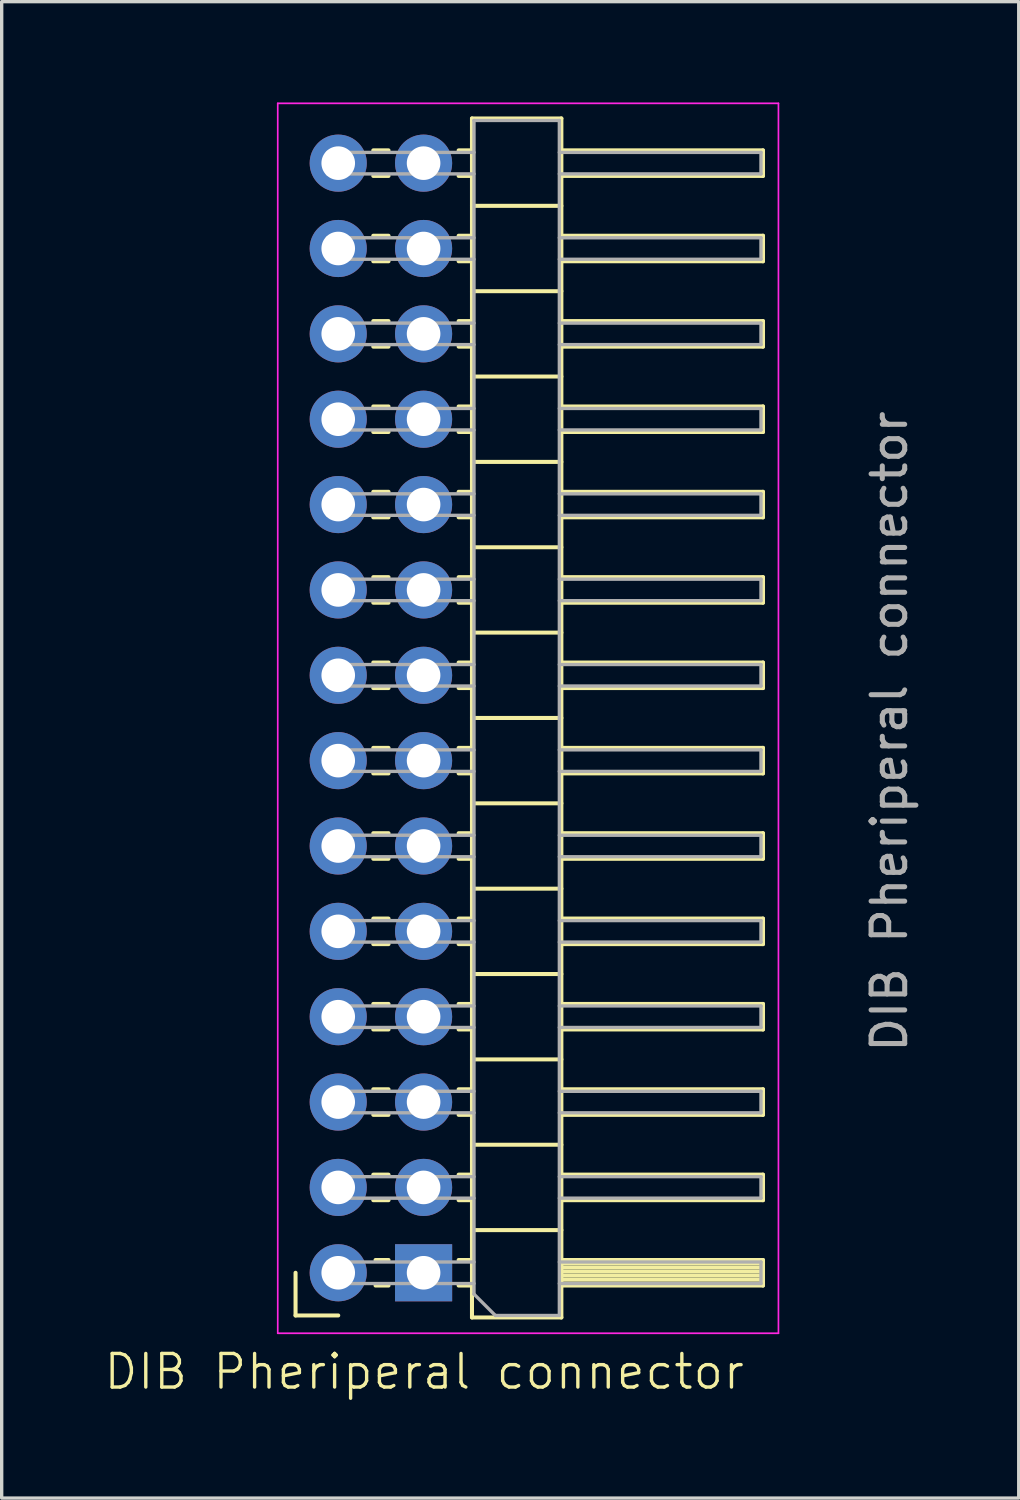
<source format=kicad_pcb>
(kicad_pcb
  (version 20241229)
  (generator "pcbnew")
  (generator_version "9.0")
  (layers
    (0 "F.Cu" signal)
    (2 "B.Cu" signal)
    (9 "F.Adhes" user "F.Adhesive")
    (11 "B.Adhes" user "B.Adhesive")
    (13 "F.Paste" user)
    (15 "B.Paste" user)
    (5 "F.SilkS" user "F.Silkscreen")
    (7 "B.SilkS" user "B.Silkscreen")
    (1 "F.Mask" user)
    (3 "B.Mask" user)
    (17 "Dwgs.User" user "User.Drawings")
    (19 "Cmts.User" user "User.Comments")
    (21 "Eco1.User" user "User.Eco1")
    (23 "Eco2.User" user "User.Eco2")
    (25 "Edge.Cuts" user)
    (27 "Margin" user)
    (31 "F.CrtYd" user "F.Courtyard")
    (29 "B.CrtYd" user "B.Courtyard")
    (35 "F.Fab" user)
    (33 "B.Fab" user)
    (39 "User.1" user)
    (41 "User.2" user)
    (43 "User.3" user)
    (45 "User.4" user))
  (footprint "DIB Pheriperal connector"
    (layer "F.Cu")
    (at 9.574 34.847)
    (property "Reference" "DIB Pheriperal connector" (at 0 2.921 0) (unlocked yes) (layer "F.SilkS") (effects (font (size 1 1) (thickness 0.1))))
    (attr through_hole)
    (fp_line (start -3.829 -0.022) (end -3.829 1.248) (stroke (width 0.12) (type solid)) (layer "F.SilkS"))
    (fp_line (start -3.829 1.248) (end -2.559 1.248) (stroke (width 0.12) (type solid)) (layer "F.SilkS"))
    (fp_line (start -1.516 -33.422) (end -1.062 -33.422) (stroke (width 0.12) (type solid)) (layer "F.SilkS"))
    (fp_line (start -1.516 -32.662) (end -1.062 -32.662) (stroke (width 0.12) (type solid)) (layer "F.SilkS"))
    (fp_line (start -1.516 -30.882) (end -1.062 -30.882) (stroke (width 0.12) (type solid)) (layer "F.SilkS"))
    (fp_line (start -1.516 -30.122) (end -1.062 -30.122) (stroke (width 0.12) (type solid)) (layer "F.SilkS"))
    (fp_line (start -1.516 -28.342) (end -1.062 -28.342) (stroke (width 0.12) (type solid)) (layer "F.SilkS"))
    (fp_line (start -1.516 -27.582) (end -1.062 -27.582) (stroke (width 0.12) (type solid)) (layer "F.SilkS"))
    (fp_line (start -1.516 -25.802) (end -1.062 -25.802) (stroke (width 0.12) (type solid)) (layer "F.SilkS"))
    (fp_line (start -1.516 -25.042) (end -1.062 -25.042) (stroke (width 0.12) (type solid)) (layer "F.SilkS"))
    (fp_line (start -1.516 -23.262) (end -1.062 -23.262) (stroke (width 0.12) (type solid)) (layer "F.SilkS"))
    (fp_line (start -1.516 -22.502) (end -1.062 -22.502) (stroke (width 0.12) (type solid)) (layer "F.SilkS"))
    (fp_line (start -1.516 -20.722) (end -1.062 -20.722) (stroke (width 0.12) (type solid)) (layer "F.SilkS"))
    (fp_line (start -1.516 -19.962) (end -1.062 -19.962) (stroke (width 0.12) (type solid)) (layer "F.SilkS"))
    (fp_line (start -1.516 -18.182) (end -1.062 -18.182) (stroke (width 0.12) (type solid)) (layer "F.SilkS"))
    (fp_line (start -1.516 -17.422) (end -1.062 -17.422) (stroke (width 0.12) (type solid)) (layer "F.SilkS"))
    (fp_line (start -1.516 -15.642) (end -1.062 -15.642) (stroke (width 0.12) (type solid)) (layer "F.SilkS"))
    (fp_line (start -1.516 -14.882) (end -1.062 -14.882) (stroke (width 0.12) (type solid)) (layer "F.SilkS"))
    (fp_line (start -1.516 -13.102) (end -1.062 -13.102) (stroke (width 0.12) (type solid)) (layer "F.SilkS"))
    (fp_line (start -1.516 -12.342) (end -1.062 -12.342) (stroke (width 0.12) (type solid)) (layer "F.SilkS"))
    (fp_line (start -1.516 -10.562) (end -1.062 -10.562) (stroke (width 0.12) (type solid)) (layer "F.SilkS"))
    (fp_line (start -1.516 -9.802) (end -1.062 -9.802) (stroke (width 0.12) (type solid)) (layer "F.SilkS"))
    (fp_line (start -1.516 -8.022) (end -1.062 -8.022) (stroke (width 0.12) (type solid)) (layer "F.SilkS"))
    (fp_line (start -1.516 -7.262) (end -1.062 -7.262) (stroke (width 0.12) (type solid)) (layer "F.SilkS"))
    (fp_line (start -1.516 -5.482) (end -1.062 -5.482) (stroke (width 0.12) (type solid)) (layer "F.SilkS"))
    (fp_line (start -1.516 -4.722) (end -1.062 -4.722) (stroke (width 0.12) (type solid)) (layer "F.SilkS"))
    (fp_line (start -1.516 -2.942) (end -1.062 -2.942) (stroke (width 0.12) (type solid)) (layer "F.SilkS"))
    (fp_line (start -1.516 -2.182) (end -1.062 -2.182) (stroke (width 0.12) (type solid)) (layer "F.SilkS"))
    (fp_line (start -1.449 -0.402) (end -1.062 -0.402) (stroke (width 0.12) (type solid)) (layer "F.SilkS"))
    (fp_line (start -1.449 0.358) (end -1.062 0.358) (stroke (width 0.12) (type solid)) (layer "F.SilkS"))
    (fp_line (start 1.024 -33.422) (end 1.421 -33.422) (stroke (width 0.12) (type solid)) (layer "F.SilkS"))
    (fp_line (start 1.024 -32.662) (end 1.421 -32.662) (stroke (width 0.12) (type solid)) (layer "F.SilkS"))
    (fp_line (start 1.024 -30.882) (end 1.421 -30.882) (stroke (width 0.12) (type solid)) (layer "F.SilkS"))
    (fp_line (start 1.024 -30.122) (end 1.421 -30.122) (stroke (width 0.12) (type solid)) (layer "F.SilkS"))
    (fp_line (start 1.024 -28.342) (end 1.421 -28.342) (stroke (width 0.12) (type solid)) (layer "F.SilkS"))
    (fp_line (start 1.024 -27.582) (end 1.421 -27.582) (stroke (width 0.12) (type solid)) (layer "F.SilkS"))
    (fp_line (start 1.024 -25.802) (end 1.421 -25.802) (stroke (width 0.12) (type solid)) (layer "F.SilkS"))
    (fp_line (start 1.024 -25.042) (end 1.421 -25.042) (stroke (width 0.12) (type solid)) (layer "F.SilkS"))
    (fp_line (start 1.024 -23.262) (end 1.421 -23.262) (stroke (width 0.12) (type solid)) (layer "F.SilkS"))
    (fp_line (start 1.024 -22.502) (end 1.421 -22.502) (stroke (width 0.12) (type solid)) (layer "F.SilkS"))
    (fp_line (start 1.024 -20.722) (end 1.421 -20.722) (stroke (width 0.12) (type solid)) (layer "F.SilkS"))
    (fp_line (start 1.024 -19.962) (end 1.421 -19.962) (stroke (width 0.12) (type solid)) (layer "F.SilkS"))
    (fp_line (start 1.024 -18.182) (end 1.421 -18.182) (stroke (width 0.12) (type solid)) (layer "F.SilkS"))
    (fp_line (start 1.024 -17.422) (end 1.421 -17.422) (stroke (width 0.12) (type solid)) (layer "F.SilkS"))
    (fp_line (start 1.024 -15.642) (end 1.421 -15.642) (stroke (width 0.12) (type solid)) (layer "F.SilkS"))
    (fp_line (start 1.024 -14.882) (end 1.421 -14.882) (stroke (width 0.12) (type solid)) (layer "F.SilkS"))
    (fp_line (start 1.024 -13.102) (end 1.421 -13.102) (stroke (width 0.12) (type solid)) (layer "F.SilkS"))
    (fp_line (start 1.024 -12.342) (end 1.421 -12.342) (stroke (width 0.12) (type solid)) (layer "F.SilkS"))
    (fp_line (start 1.024 -10.562) (end 1.421 -10.562) (stroke (width 0.12) (type solid)) (layer "F.SilkS"))
    (fp_line (start 1.024 -9.802) (end 1.421 -9.802) (stroke (width 0.12) (type solid)) (layer "F.SilkS"))
    (fp_line (start 1.024 -8.022) (end 1.421 -8.022) (stroke (width 0.12) (type solid)) (layer "F.SilkS"))
    (fp_line (start 1.024 -7.262) (end 1.421 -7.262) (stroke (width 0.12) (type solid)) (layer "F.SilkS"))
    (fp_line (start 1.024 -5.482) (end 1.421 -5.482) (stroke (width 0.12) (type solid)) (layer "F.SilkS"))
    (fp_line (start 1.024 -4.722) (end 1.421 -4.722) (stroke (width 0.12) (type solid)) (layer "F.SilkS"))
    (fp_line (start 1.024 -2.942) (end 1.421 -2.942) (stroke (width 0.12) (type solid)) (layer "F.SilkS"))
    (fp_line (start 1.024 -2.182) (end 1.421 -2.182) (stroke (width 0.12) (type solid)) (layer "F.SilkS"))
    (fp_line (start 1.024 -0.402) (end 1.421 -0.402) (stroke (width 0.12) (type solid)) (layer "F.SilkS"))
    (fp_line (start 1.024 0.358) (end 1.421 0.358) (stroke (width 0.12) (type solid)) (layer "F.SilkS"))
    (fp_line (start 1.421 -34.372) (end 4.081 -34.372) (stroke (width 0.12) (type solid)) (layer "F.SilkS"))
    (fp_line (start 1.421 -31.772) (end 4.081 -31.772) (stroke (width 0.12) (type solid)) (layer "F.SilkS"))
    (fp_line (start 1.421 -29.232) (end 4.081 -29.232) (stroke (width 0.12) (type solid)) (layer "F.SilkS"))
    (fp_line (start 1.421 -26.692) (end 4.081 -26.692) (stroke (width 0.12) (type solid)) (layer "F.SilkS"))
    (fp_line (start 1.421 -24.152) (end 4.081 -24.152) (stroke (width 0.12) (type solid)) (layer "F.SilkS"))
    (fp_line (start 1.421 -21.612) (end 4.081 -21.612) (stroke (width 0.12) (type solid)) (layer "F.SilkS"))
    (fp_line (start 1.421 -19.072) (end 4.081 -19.072) (stroke (width 0.12) (type solid)) (layer "F.SilkS"))
    (fp_line (start 1.421 -16.532) (end 4.081 -16.532) (stroke (width 0.12) (type solid)) (layer "F.SilkS"))
    (fp_line (start 1.421 -13.992) (end 4.081 -13.992) (stroke (width 0.12) (type solid)) (layer "F.SilkS"))
    (fp_line (start 1.421 -11.452) (end 4.081 -11.452) (stroke (width 0.12) (type solid)) (layer "F.SilkS"))
    (fp_line (start 1.421 -8.912) (end 4.081 -8.912) (stroke (width 0.12) (type solid)) (layer "F.SilkS"))
    (fp_line (start 1.421 -6.372) (end 4.081 -6.372) (stroke (width 0.12) (type solid)) (layer "F.SilkS"))
    (fp_line (start 1.421 -3.832) (end 4.081 -3.832) (stroke (width 0.12) (type solid)) (layer "F.SilkS"))
    (fp_line (start 1.421 -1.292) (end 4.081 -1.292) (stroke (width 0.12) (type solid)) (layer "F.SilkS"))
    (fp_line (start 1.421 1.308) (end 1.421 -34.372) (stroke (width 0.12) (type solid)) (layer "F.SilkS"))
    (fp_line (start 4.081 -34.372) (end 4.081 1.308) (stroke (width 0.12) (type solid)) (layer "F.SilkS"))
    (fp_line (start 4.081 -32.662) (end 10.081 -32.662) (stroke (width 0.12) (type solid)) (layer "F.SilkS"))
    (fp_line (start 4.081 -30.122) (end 10.081 -30.122) (stroke (width 0.12) (type solid)) (layer "F.SilkS"))
    (fp_line (start 4.081 -27.582) (end 10.081 -27.582) (stroke (width 0.12) (type solid)) (layer "F.SilkS"))
    (fp_line (start 4.081 -25.042) (end 10.081 -25.042) (stroke (width 0.12) (type solid)) (layer "F.SilkS"))
    (fp_line (start 4.081 -22.502) (end 10.081 -22.502) (stroke (width 0.12) (type solid)) (layer "F.SilkS"))
    (fp_line (start 4.081 -19.962) (end 10.081 -19.962) (stroke (width 0.12) (type solid)) (layer "F.SilkS"))
    (fp_line (start 4.081 -17.422) (end 10.081 -17.422) (stroke (width 0.12) (type solid)) (layer "F.SilkS"))
    (fp_line (start 4.081 -14.882) (end 10.081 -14.882) (stroke (width 0.12) (type solid)) (layer "F.SilkS"))
    (fp_line (start 4.081 -12.342) (end 10.081 -12.342) (stroke (width 0.12) (type solid)) (layer "F.SilkS"))
    (fp_line (start 4.081 -9.802) (end 10.081 -9.802) (stroke (width 0.12) (type solid)) (layer "F.SilkS"))
    (fp_line (start 4.081 -7.262) (end 10.081 -7.262) (stroke (width 0.12) (type solid)) (layer "F.SilkS"))
    (fp_line (start 4.081 -4.722) (end 10.081 -4.722) (stroke (width 0.12) (type solid)) (layer "F.SilkS"))
    (fp_line (start 4.081 -2.182) (end 10.081 -2.182) (stroke (width 0.12) (type solid)) (layer "F.SilkS"))
    (fp_line (start 4.081 -0.302) (end 10.081 -0.302) (stroke (width 0.12) (type solid)) (layer "F.SilkS"))
    (fp_line (start 4.081 -0.182) (end 10.081 -0.182) (stroke (width 0.12) (type solid)) (layer "F.SilkS"))
    (fp_line (start 4.081 -0.062) (end 10.081 -0.062) (stroke (width 0.12) (type solid)) (layer "F.SilkS"))
    (fp_line (start 4.081 0.058) (end 10.081 0.058) (stroke (width 0.12) (type solid)) (layer "F.SilkS"))
    (fp_line (start 4.081 0.178) (end 10.081 0.178) (stroke (width 0.12) (type solid)) (layer "F.SilkS"))
    (fp_line (start 4.081 0.298) (end 10.081 0.298) (stroke (width 0.12) (type solid)) (layer "F.SilkS"))
    (fp_line (start 4.081 0.358) (end 10.081 0.358) (stroke (width 0.12) (type solid)) (layer "F.SilkS"))
    (fp_line (start 4.081 1.308) (end 1.421 1.308) (stroke (width 0.12) (type solid)) (layer "F.SilkS"))
    (fp_line (start 10.081 -33.422) (end 4.081 -33.422) (stroke (width 0.12) (type solid)) (layer "F.SilkS"))
    (fp_line (start 10.081 -32.662) (end 10.081 -33.422) (stroke (width 0.12) (type solid)) (layer "F.SilkS"))
    (fp_line (start 10.081 -30.882) (end 4.081 -30.882) (stroke (width 0.12) (type solid)) (layer "F.SilkS"))
    (fp_line (start 10.081 -30.122) (end 10.081 -30.882) (stroke (width 0.12) (type solid)) (layer "F.SilkS"))
    (fp_line (start 10.081 -28.342) (end 4.081 -28.342) (stroke (width 0.12) (type solid)) (layer "F.SilkS"))
    (fp_line (start 10.081 -27.582) (end 10.081 -28.342) (stroke (width 0.12) (type solid)) (layer "F.SilkS"))
    (fp_line (start 10.081 -25.802) (end 4.081 -25.802) (stroke (width 0.12) (type solid)) (layer "F.SilkS"))
    (fp_line (start 10.081 -25.042) (end 10.081 -25.802) (stroke (width 0.12) (type solid)) (layer "F.SilkS"))
    (fp_line (start 10.081 -23.262) (end 4.081 -23.262) (stroke (width 0.12) (type solid)) (layer "F.SilkS"))
    (fp_line (start 10.081 -22.502) (end 10.081 -23.262) (stroke (width 0.12) (type solid)) (layer "F.SilkS"))
    (fp_line (start 10.081 -20.722) (end 4.081 -20.722) (stroke (width 0.12) (type solid)) (layer "F.SilkS"))
    (fp_line (start 10.081 -19.962) (end 10.081 -20.722) (stroke (width 0.12) (type solid)) (layer "F.SilkS"))
    (fp_line (start 10.081 -18.182) (end 4.081 -18.182) (stroke (width 0.12) (type solid)) (layer "F.SilkS"))
    (fp_line (start 10.081 -17.422) (end 10.081 -18.182) (stroke (width 0.12) (type solid)) (layer "F.SilkS"))
    (fp_line (start 10.081 -15.642) (end 4.081 -15.642) (stroke (width 0.12) (type solid)) (layer "F.SilkS"))
    (fp_line (start 10.081 -14.882) (end 10.081 -15.642) (stroke (width 0.12) (type solid)) (layer "F.SilkS"))
    (fp_line (start 10.081 -13.102) (end 4.081 -13.102) (stroke (width 0.12) (type solid)) (layer "F.SilkS"))
    (fp_line (start 10.081 -12.342) (end 10.081 -13.102) (stroke (width 0.12) (type solid)) (layer "F.SilkS"))
    (fp_line (start 10.081 -10.562) (end 4.081 -10.562) (stroke (width 0.12) (type solid)) (layer "F.SilkS"))
    (fp_line (start 10.081 -9.802) (end 10.081 -10.562) (stroke (width 0.12) (type solid)) (layer "F.SilkS"))
    (fp_line (start 10.081 -8.022) (end 4.081 -8.022) (stroke (width 0.12) (type solid)) (layer "F.SilkS"))
    (fp_line (start 10.081 -7.262) (end 10.081 -8.022) (stroke (width 0.12) (type solid)) (layer "F.SilkS"))
    (fp_line (start 10.081 -5.482) (end 4.081 -5.482) (stroke (width 0.12) (type solid)) (layer "F.SilkS"))
    (fp_line (start 10.081 -4.722) (end 10.081 -5.482) (stroke (width 0.12) (type solid)) (layer "F.SilkS"))
    (fp_line (start 10.081 -2.942) (end 4.081 -2.942) (stroke (width 0.12) (type solid)) (layer "F.SilkS"))
    (fp_line (start 10.081 -2.182) (end 10.081 -2.942) (stroke (width 0.12) (type solid)) (layer "F.SilkS"))
    (fp_line (start 10.081 -0.402) (end 4.081 -0.402) (stroke (width 0.12) (type solid)) (layer "F.SilkS"))
    (fp_line (start 10.081 0.358) (end 10.081 -0.402) (stroke (width 0.12) (type solid)) (layer "F.SilkS"))
    (fp_line (start -4.359 -34.822) (end 10.541 -34.822) (stroke (width 0.05) (type solid)) (layer "F.CrtYd"))
    (fp_line (start -4.359 1.778) (end -4.359 -34.822) (stroke (width 0.05) (type solid)) (layer "F.CrtYd"))
    (fp_line (start 10.541 -34.822) (end 10.541 1.778) (stroke (width 0.05) (type solid)) (layer "F.CrtYd"))
    (fp_line (start 10.541 1.778) (end -4.359 1.778) (stroke (width 0.05) (type solid)) (layer "F.CrtYd"))
    (fp_line (start -2.879 -33.362) (end 1.481 -33.362) (stroke (width 0.1) (type solid)) (layer "F.Fab"))
    (fp_line (start -2.879 -32.722) (end -2.879 -33.362) (stroke (width 0.1) (type solid)) (layer "F.Fab"))
    (fp_line (start -2.879 -32.722) (end 1.481 -32.722) (stroke (width 0.1) (type solid)) (layer "F.Fab"))
    (fp_line (start -2.879 -30.822) (end 1.481 -30.822) (stroke (width 0.1) (type solid)) (layer "F.Fab"))
    (fp_line (start -2.879 -30.182) (end -2.879 -30.822) (stroke (width 0.1) (type solid)) (layer "F.Fab"))
    (fp_line (start -2.879 -30.182) (end 1.481 -30.182) (stroke (width 0.1) (type solid)) (layer "F.Fab"))
    (fp_line (start -2.879 -28.282) (end 1.481 -28.282) (stroke (width 0.1) (type solid)) (layer "F.Fab"))
    (fp_line (start -2.879 -27.642) (end -2.879 -28.282) (stroke (width 0.1) (type solid)) (layer "F.Fab"))
    (fp_line (start -2.879 -27.642) (end 1.481 -27.642) (stroke (width 0.1) (type solid)) (layer "F.Fab"))
    (fp_line (start -2.879 -25.742) (end 1.481 -25.742) (stroke (width 0.1) (type solid)) (layer "F.Fab"))
    (fp_line (start -2.879 -25.102) (end -2.879 -25.742) (stroke (width 0.1) (type solid)) (layer "F.Fab"))
    (fp_line (start -2.879 -25.102) (end 1.481 -25.102) (stroke (width 0.1) (type solid)) (layer "F.Fab"))
    (fp_line (start -2.879 -23.202) (end 1.481 -23.202) (stroke (width 0.1) (type solid)) (layer "F.Fab"))
    (fp_line (start -2.879 -22.562) (end -2.879 -23.202) (stroke (width 0.1) (type solid)) (layer "F.Fab"))
    (fp_line (start -2.879 -22.562) (end 1.481 -22.562) (stroke (width 0.1) (type solid)) (layer "F.Fab"))
    (fp_line (start -2.879 -20.662) (end 1.481 -20.662) (stroke (width 0.1) (type solid)) (layer "F.Fab"))
    (fp_line (start -2.879 -20.022) (end -2.879 -20.662) (stroke (width 0.1) (type solid)) (layer "F.Fab"))
    (fp_line (start -2.879 -20.022) (end 1.481 -20.022) (stroke (width 0.1) (type solid)) (layer "F.Fab"))
    (fp_line (start -2.879 -18.122) (end 1.481 -18.122) (stroke (width 0.1) (type solid)) (layer "F.Fab"))
    (fp_line (start -2.879 -17.482) (end -2.879 -18.122) (stroke (width 0.1) (type solid)) (layer "F.Fab"))
    (fp_line (start -2.879 -17.482) (end 1.481 -17.482) (stroke (width 0.1) (type solid)) (layer "F.Fab"))
    (fp_line (start -2.879 -15.582) (end 1.481 -15.582) (stroke (width 0.1) (type solid)) (layer "F.Fab"))
    (fp_line (start -2.879 -14.942) (end -2.879 -15.582) (stroke (width 0.1) (type solid)) (layer "F.Fab"))
    (fp_line (start -2.879 -14.942) (end 1.481 -14.942) (stroke (width 0.1) (type solid)) (layer "F.Fab"))
    (fp_line (start -2.879 -13.042) (end 1.481 -13.042) (stroke (width 0.1) (type solid)) (layer "F.Fab"))
    (fp_line (start -2.879 -12.402) (end -2.879 -13.042) (stroke (width 0.1) (type solid)) (layer "F.Fab"))
    (fp_line (start -2.879 -12.402) (end 1.481 -12.402) (stroke (width 0.1) (type solid)) (layer "F.Fab"))
    (fp_line (start -2.879 -10.502) (end 1.481 -10.502) (stroke (width 0.1) (type solid)) (layer "F.Fab"))
    (fp_line (start -2.879 -9.862) (end -2.879 -10.502) (stroke (width 0.1) (type solid)) (layer "F.Fab"))
    (fp_line (start -2.879 -9.862) (end 1.481 -9.862) (stroke (width 0.1) (type solid)) (layer "F.Fab"))
    (fp_line (start -2.879 -7.962) (end 1.481 -7.962) (stroke (width 0.1) (type solid)) (layer "F.Fab"))
    (fp_line (start -2.879 -7.322) (end -2.879 -7.962) (stroke (width 0.1) (type solid)) (layer "F.Fab"))
    (fp_line (start -2.879 -7.322) (end 1.481 -7.322) (stroke (width 0.1) (type solid)) (layer "F.Fab"))
    (fp_line (start -2.879 -5.422) (end 1.481 -5.422) (stroke (width 0.1) (type solid)) (layer "F.Fab"))
    (fp_line (start -2.879 -4.782) (end -2.879 -5.422) (stroke (width 0.1) (type solid)) (layer "F.Fab"))
    (fp_line (start -2.879 -4.782) (end 1.481 -4.782) (stroke (width 0.1) (type solid)) (layer "F.Fab"))
    (fp_line (start -2.879 -2.882) (end 1.481 -2.882) (stroke (width 0.1) (type solid)) (layer "F.Fab"))
    (fp_line (start -2.879 -2.242) (end -2.879 -2.882) (stroke (width 0.1) (type solid)) (layer "F.Fab"))
    (fp_line (start -2.879 -2.242) (end 1.481 -2.242) (stroke (width 0.1) (type solid)) (layer "F.Fab"))
    (fp_line (start -2.879 -0.342) (end 1.481 -0.342) (stroke (width 0.1) (type solid)) (layer "F.Fab"))
    (fp_line (start -2.879 0.298) (end -2.879 -0.342) (stroke (width 0.1) (type solid)) (layer "F.Fab"))
    (fp_line (start -2.879 0.298) (end 1.481 0.298) (stroke (width 0.1) (type solid)) (layer "F.Fab"))
    (fp_line (start 1.481 -34.312) (end 1.481 0.613) (stroke (width 0.1) (type solid)) (layer "F.Fab"))
    (fp_line (start 1.481 0.613) (end 2.116 1.248) (stroke (width 0.1) (type solid)) (layer "F.Fab"))
    (fp_line (start 2.116 1.248) (end 4.021 1.248) (stroke (width 0.1) (type solid)) (layer "F.Fab"))
    (fp_line (start 4.021 -34.312) (end 1.481 -34.312) (stroke (width 0.1) (type solid)) (layer "F.Fab"))
    (fp_line (start 4.021 -33.362) (end 10.021 -33.362) (stroke (width 0.1) (type solid)) (layer "F.Fab"))
    (fp_line (start 4.021 -32.722) (end 10.021 -32.722) (stroke (width 0.1) (type solid)) (layer "F.Fab"))
    (fp_line (start 4.021 -30.822) (end 10.021 -30.822) (stroke (width 0.1) (type solid)) (layer "F.Fab"))
    (fp_line (start 4.021 -30.182) (end 10.021 -30.182) (stroke (width 0.1) (type solid)) (layer "F.Fab"))
    (fp_line (start 4.021 -28.282) (end 10.021 -28.282) (stroke (width 0.1) (type solid)) (layer "F.Fab"))
    (fp_line (start 4.021 -27.642) (end 10.021 -27.642) (stroke (width 0.1) (type solid)) (layer "F.Fab"))
    (fp_line (start 4.021 -25.742) (end 10.021 -25.742) (stroke (width 0.1) (type solid)) (layer "F.Fab"))
    (fp_line (start 4.021 -25.102) (end 10.021 -25.102) (stroke (width 0.1) (type solid)) (layer "F.Fab"))
    (fp_line (start 4.021 -23.202) (end 10.021 -23.202) (stroke (width 0.1) (type solid)) (layer "F.Fab"))
    (fp_line (start 4.021 -22.562) (end 10.021 -22.562) (stroke (width 0.1) (type solid)) (layer "F.Fab"))
    (fp_line (start 4.021 -20.662) (end 10.021 -20.662) (stroke (width 0.1) (type solid)) (layer "F.Fab"))
    (fp_line (start 4.021 -20.022) (end 10.021 -20.022) (stroke (width 0.1) (type solid)) (layer "F.Fab"))
    (fp_line (start 4.021 -18.122) (end 10.021 -18.122) (stroke (width 0.1) (type solid)) (layer "F.Fab"))
    (fp_line (start 4.021 -17.482) (end 10.021 -17.482) (stroke (width 0.1) (type solid)) (layer "F.Fab"))
    (fp_line (start 4.021 -15.582) (end 10.021 -15.582) (stroke (width 0.1) (type solid)) (layer "F.Fab"))
    (fp_line (start 4.021 -14.942) (end 10.021 -14.942) (stroke (width 0.1) (type solid)) (layer "F.Fab"))
    (fp_line (start 4.021 -13.042) (end 10.021 -13.042) (stroke (width 0.1) (type solid)) (layer "F.Fab"))
    (fp_line (start 4.021 -12.402) (end 10.021 -12.402) (stroke (width 0.1) (type solid)) (layer "F.Fab"))
    (fp_line (start 4.021 -10.502) (end 10.021 -10.502) (stroke (width 0.1) (type solid)) (layer "F.Fab"))
    (fp_line (start 4.021 -9.862) (end 10.021 -9.862) (stroke (width 0.1) (type solid)) (layer "F.Fab"))
    (fp_line (start 4.021 -7.962) (end 10.021 -7.962) (stroke (width 0.1) (type solid)) (layer "F.Fab"))
    (fp_line (start 4.021 -7.322) (end 10.021 -7.322) (stroke (width 0.1) (type solid)) (layer "F.Fab"))
    (fp_line (start 4.021 -5.422) (end 10.021 -5.422) (stroke (width 0.1) (type solid)) (layer "F.Fab"))
    (fp_line (start 4.021 -4.782) (end 10.021 -4.782) (stroke (width 0.1) (type solid)) (layer "F.Fab"))
    (fp_line (start 4.021 -2.882) (end 10.021 -2.882) (stroke (width 0.1) (type solid)) (layer "F.Fab"))
    (fp_line (start 4.021 -2.242) (end 10.021 -2.242) (stroke (width 0.1) (type solid)) (layer "F.Fab"))
    (fp_line (start 4.021 -0.342) (end 10.021 -0.342) (stroke (width 0.1) (type solid)) (layer "F.Fab"))
    (fp_line (start 4.021 0.298) (end 10.021 0.298) (stroke (width 0.1) (type solid)) (layer "F.Fab"))
    (fp_line (start 4.021 1.248) (end 4.021 -34.312) (stroke (width 0.1) (type solid)) (layer "F.Fab"))
    (fp_line (start 10.021 -32.722) (end 10.021 -33.362) (stroke (width 0.1) (type solid)) (layer "F.Fab"))
    (fp_line (start 10.021 -30.182) (end 10.021 -30.822) (stroke (width 0.1) (type solid)) (layer "F.Fab"))
    (fp_line (start 10.021 -27.642) (end 10.021 -28.282) (stroke (width 0.1) (type solid)) (layer "F.Fab"))
    (fp_line (start 10.021 -25.102) (end 10.021 -25.742) (stroke (width 0.1) (type solid)) (layer "F.Fab"))
    (fp_line (start 10.021 -22.562) (end 10.021 -23.202) (stroke (width 0.1) (type solid)) (layer "F.Fab"))
    (fp_line (start 10.021 -20.022) (end 10.021 -20.662) (stroke (width 0.1) (type solid)) (layer "F.Fab"))
    (fp_line (start 10.021 -17.482) (end 10.021 -18.122) (stroke (width 0.1) (type solid)) (layer "F.Fab"))
    (fp_line (start 10.021 -14.942) (end 10.021 -15.582) (stroke (width 0.1) (type solid)) (layer "F.Fab"))
    (fp_line (start 10.021 -12.402) (end 10.021 -13.042) (stroke (width 0.1) (type solid)) (layer "F.Fab"))
    (fp_line (start 10.021 -9.862) (end 10.021 -10.502) (stroke (width 0.1) (type solid)) (layer "F.Fab"))
    (fp_line (start 10.021 -7.322) (end 10.021 -7.962) (stroke (width 0.1) (type solid)) (layer "F.Fab"))
    (fp_line (start 10.021 -4.782) (end 10.021 -5.422) (stroke (width 0.1) (type solid)) (layer "F.Fab"))
    (fp_line (start 10.021 -2.242) (end 10.021 -2.882) (stroke (width 0.1) (type solid)) (layer "F.Fab"))
    (fp_line (start 10.021 0.298) (end 10.021 -0.342) (stroke (width 0.1) (type solid)) (layer "F.Fab"))
    (fp_text user "${REFERENCE}" (at 13.843 -16.129 90) (unlocked yes) (layer "F.Fab") (effects (font (size 1 1) (thickness 0.15))))
    (pad "1" thru_hole rect (at -0.019 -0.022) (size 1.7 1.7) (drill 1) (layers "*.Cu" "*.Mask"))
    (pad "2" thru_hole oval (at -2.559 -0.022) (size 1.7 1.7) (drill 1) (layers "*.Cu" "*.Mask"))
    (pad "3" thru_hole oval (at -0.019 -2.562) (size 1.7 1.7) (drill 1) (layers "*.Cu" "*.Mask"))
    (pad "4" thru_hole oval (at -2.559 -2.562) (size 1.7 1.7) (drill 1) (layers "*.Cu" "*.Mask"))
    (pad "5" thru_hole oval (at -0.019 -5.102) (size 1.7 1.7) (drill 1) (layers "*.Cu" "*.Mask"))
    (pad "6" thru_hole oval (at -2.559 -5.102) (size 1.7 1.7) (drill 1) (layers "*.Cu" "*.Mask"))
    (pad "7" thru_hole oval (at -0.019 -7.642) (size 1.7 1.7) (drill 1) (layers "*.Cu" "*.Mask"))
    (pad "8" thru_hole oval (at -2.559 -7.642) (size 1.7 1.7) (drill 1) (layers "*.Cu" "*.Mask"))
    (pad "9" thru_hole oval (at -0.019 -10.182) (size 1.7 1.7) (drill 1) (layers "*.Cu" "*.Mask"))
    (pad "10" thru_hole oval (at -2.559 -10.182) (size 1.7 1.7) (drill 1) (layers "*.Cu" "*.Mask"))
    (pad "11" thru_hole oval (at -0.019 -12.722) (size 1.7 1.7) (drill 1) (layers "*.Cu" "*.Mask"))
    (pad "12" thru_hole oval (at -2.559 -12.722) (size 1.7 1.7) (drill 1) (layers "*.Cu" "*.Mask"))
    (pad "13" thru_hole oval (at -0.019 -15.262) (size 1.7 1.7) (drill 1) (layers "*.Cu" "*.Mask"))
    (pad "14" thru_hole oval (at -2.559 -15.262) (size 1.7 1.7) (drill 1) (layers "*.Cu" "*.Mask"))
    (pad "15" thru_hole oval (at -0.019 -17.802) (size 1.7 1.7) (drill 1) (layers "*.Cu" "*.Mask"))
    (pad "16" thru_hole oval (at -2.559 -17.802) (size 1.7 1.7) (drill 1) (layers "*.Cu" "*.Mask"))
    (pad "17" thru_hole oval (at -0.019 -20.342) (size 1.7 1.7) (drill 1) (layers "*.Cu" "*.Mask"))
    (pad "18" thru_hole oval (at -2.559 -20.342) (size 1.7 1.7) (drill 1) (layers "*.Cu" "*.Mask"))
    (pad "19" thru_hole oval (at -0.019 -22.882) (size 1.7 1.7) (drill 1) (layers "*.Cu" "*.Mask"))
    (pad "20" thru_hole oval (at -2.559 -22.882) (size 1.7 1.7) (drill 1) (layers "*.Cu" "*.Mask"))
    (pad "21" thru_hole oval (at -0.019 -25.422) (size 1.7 1.7) (drill 1) (layers "*.Cu" "*.Mask"))
    (pad "22" thru_hole oval (at -2.559 -25.422) (size 1.7 1.7) (drill 1) (layers "*.Cu" "*.Mask"))
    (pad "23" thru_hole oval (at -0.019 -27.962) (size 1.7 1.7) (drill 1) (layers "*.Cu" "*.Mask"))
    (pad "24" thru_hole oval (at -2.559 -27.962) (size 1.7 1.7) (drill 1) (layers "*.Cu" "*.Mask"))
    (pad "25" thru_hole oval (at -0.019 -30.502) (size 1.7 1.7) (drill 1) (layers "*.Cu" "*.Mask"))
    (pad "26" thru_hole oval (at -2.559 -30.502) (size 1.7 1.7) (drill 1) (layers "*.Cu" "*.Mask"))
    (pad "27" thru_hole oval (at -0.019 -33.042) (size 1.7 1.7) (drill 1) (layers "*.Cu" "*.Mask"))
    (pad "28" thru_hole oval (at -2.559 -33.042) (size 1.7 1.7) (drill 1) (layers "*.Cu" "*.Mask")))
  (gr_rect
    (start -3 -3)
    (end 27.265 41.529)
    (stroke (width 0.1) (type default))
    (fill no)
    (layer "Edge.Cuts")))
</source>
